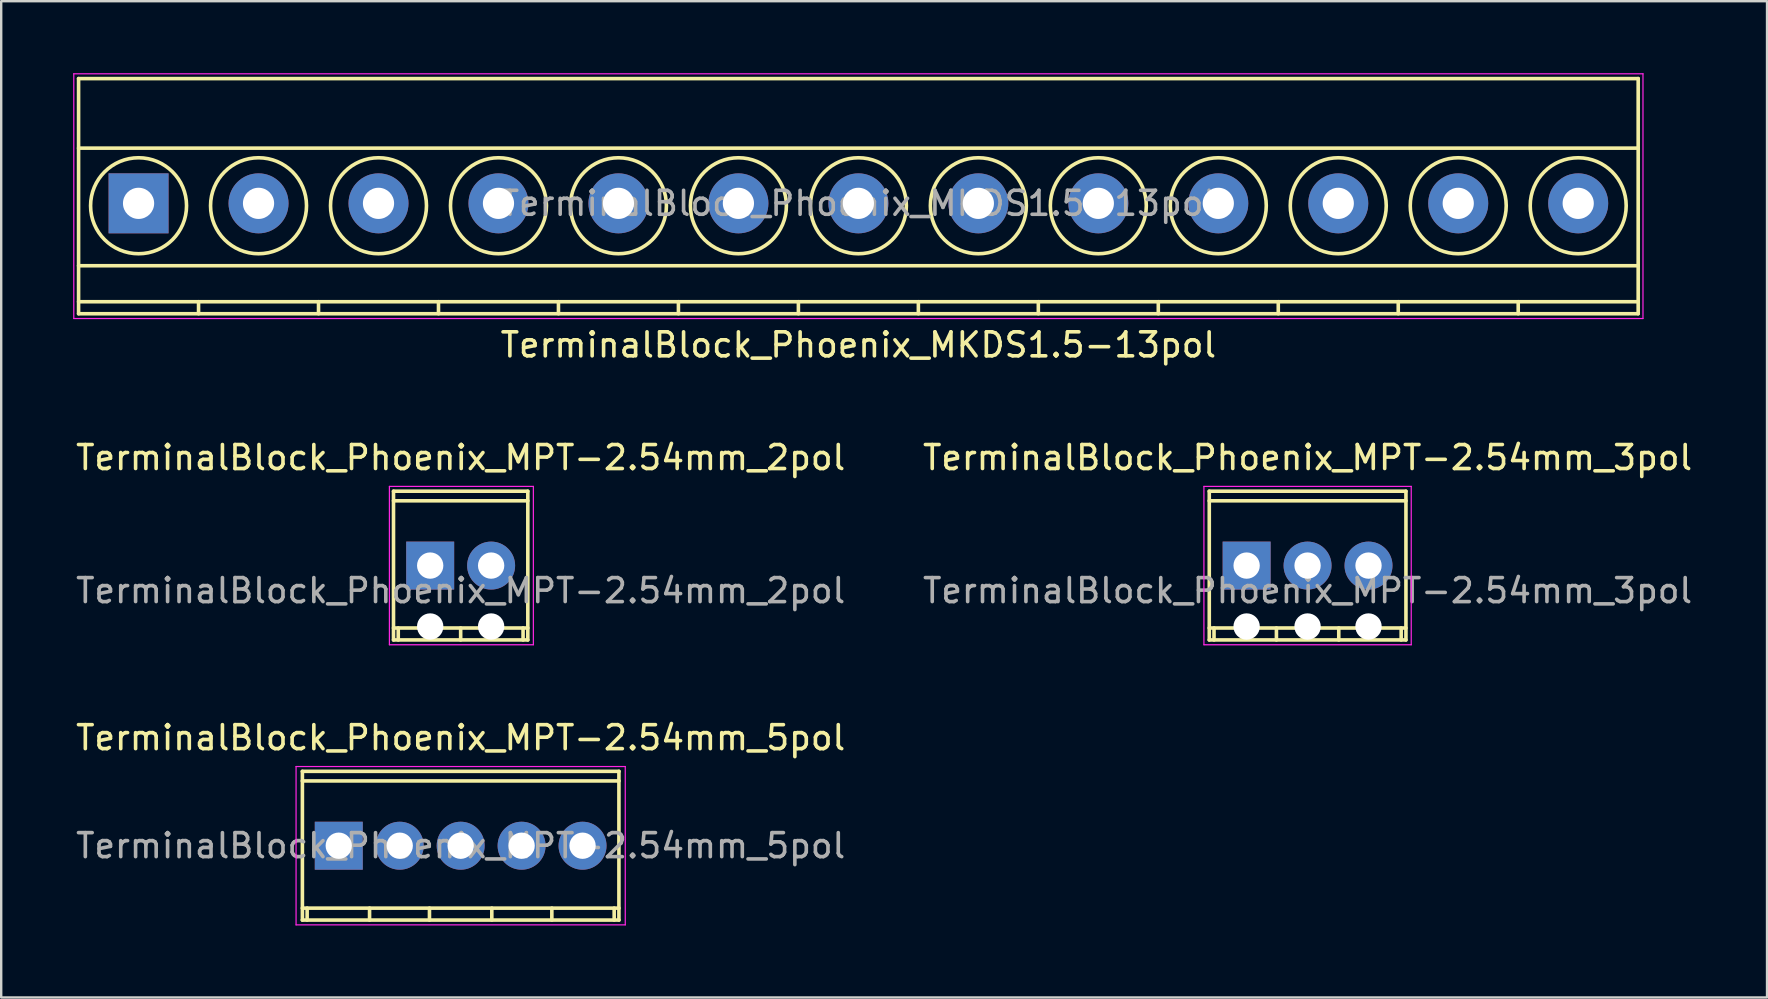
<source format=kicad_pcb>
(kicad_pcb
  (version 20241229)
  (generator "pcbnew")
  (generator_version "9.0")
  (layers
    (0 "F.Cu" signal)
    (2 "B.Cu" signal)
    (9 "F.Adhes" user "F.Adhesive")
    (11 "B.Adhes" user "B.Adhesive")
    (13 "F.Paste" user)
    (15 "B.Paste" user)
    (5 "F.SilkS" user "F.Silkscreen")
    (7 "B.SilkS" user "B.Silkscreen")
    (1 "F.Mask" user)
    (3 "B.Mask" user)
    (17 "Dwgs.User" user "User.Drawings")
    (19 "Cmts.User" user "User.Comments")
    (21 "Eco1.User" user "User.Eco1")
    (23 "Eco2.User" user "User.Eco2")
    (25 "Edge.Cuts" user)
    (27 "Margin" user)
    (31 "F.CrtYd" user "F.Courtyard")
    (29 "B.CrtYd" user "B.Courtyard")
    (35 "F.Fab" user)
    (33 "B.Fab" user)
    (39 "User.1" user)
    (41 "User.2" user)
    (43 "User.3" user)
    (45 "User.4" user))
  (footprint "TerminalBlock_Phoenix_MPT-2.54mm_5pol"
    (layer "F.Cu")
    (at 11.069 32.197)
    (property "Reference" "TerminalBlock_Phoenix_MPT-2.54mm_5pol" (at 5.08 -4.501 0) (layer "F.SilkS") (effects (font (size 1 1) (thickness 0.15))))
    (attr through_hole)
    (fp_line (start -1.519 -2.7) (end 11.679 -2.7) (stroke (width 0.15) (type solid)) (layer "F.SilkS"))
    (fp_line (start -1.519 2.601) (end 11.679 2.601) (stroke (width 0.15) (type solid)) (layer "F.SilkS"))
    (fp_line (start -1.516 -3.099) (end -1.516 3.099) (stroke (width 0.15) (type solid)) (layer "F.SilkS"))
    (fp_line (start -1.318 3.099) (end -1.318 2.601) (stroke (width 0.15) (type solid)) (layer "F.SilkS"))
    (fp_line (start 1.283 3.099) (end 1.283 2.601) (stroke (width 0.15) (type solid)) (layer "F.SilkS"))
    (fp_line (start 3.78 2.601) (end 3.78 3.099) (stroke (width 0.15) (type solid)) (layer "F.SilkS"))
    (fp_line (start 6.378 2.601) (end 6.378 3.099) (stroke (width 0.15) (type solid)) (layer "F.SilkS"))
    (fp_line (start 8.88 2.601) (end 8.88 3.099) (stroke (width 0.15) (type solid)) (layer "F.SilkS"))
    (fp_line (start 11.478 2.601) (end 11.478 3.099) (stroke (width 0.15) (type solid)) (layer "F.SilkS"))
    (fp_line (start 11.676 3.099) (end 11.676 -3.099) (stroke (width 0.15) (type solid)) (layer "F.SilkS"))
    (fp_line (start 11.679 -3.099) (end -1.519 -3.099) (stroke (width 0.15) (type solid)) (layer "F.SilkS"))
    (fp_line (start 11.679 3.099) (end -1.519 3.099) (stroke (width 0.15) (type solid)) (layer "F.SilkS"))
    (fp_line (start -1.78 -3.3) (end 11.94 -3.3) (stroke (width 0.05) (type solid)) (layer "F.CrtYd"))
    (fp_line (start -1.78 3.3) (end -1.78 -3.3) (stroke (width 0.05) (type solid)) (layer "F.CrtYd"))
    (fp_line (start 11.94 -3.3) (end 11.94 3.3) (stroke (width 0.05) (type solid)) (layer "F.CrtYd"))
    (fp_line (start 11.94 3.3) (end -1.78 3.3) (stroke (width 0.05) (type solid)) (layer "F.CrtYd"))
    (fp_text user "${REFERENCE}" (at 5.08 0 0) (layer "F.Fab") (effects (font (size 1 1) (thickness 0.15))))
    (pad "1" thru_hole rect (at 0 0 180) (size 1.999 1.999) (drill 1.097) (layers "*.Cu" "*.Mask"))
    (pad "2" thru_hole oval (at 2.54 0 180) (size 1.999 1.999) (drill 1.097) (layers "*.Cu" "*.Mask"))
    (pad "3" thru_hole oval (at 5.08 0 180) (size 1.999 1.999) (drill 1.097) (layers "*.Cu" "*.Mask"))
    (pad "4" thru_hole oval (at 7.62 0 180) (size 1.999 1.999) (drill 1.097) (layers "*.Cu" "*.Mask"))
    (pad "5" thru_hole oval (at 10.16 0 180) (size 1.999 1.999) (drill 1.097) (layers "*.Cu" "*.Mask")))
  (footprint "TerminalBlock_Phoenix_MPT-2.54mm_2pol"
    (layer "F.Cu")
    (at 14.879 20.522)
    (property "Reference" "TerminalBlock_Phoenix_MPT-2.54mm_2pol" (at 1.27 -4.501 0) (layer "F.SilkS") (effects (font (size 1 1) (thickness 0.15))))
    (attr through_hole)
    (fp_line (start -1.529 -3.099) (end -1.529 3.099) (stroke (width 0.15) (type solid)) (layer "F.SilkS"))
    (fp_line (start -1.529 -2.7) (end 4.069 -2.7) (stroke (width 0.15) (type solid)) (layer "F.SilkS"))
    (fp_line (start -1.529 3.099) (end 4.069 3.099) (stroke (width 0.15) (type solid)) (layer "F.SilkS"))
    (fp_line (start -1.331 3.099) (end -1.331 2.601) (stroke (width 0.15) (type solid)) (layer "F.SilkS"))
    (fp_line (start 1.27 3.099) (end 1.27 2.601) (stroke (width 0.15) (type solid)) (layer "F.SilkS"))
    (fp_line (start 3.871 2.601) (end 3.871 3.099) (stroke (width 0.15) (type solid)) (layer "F.SilkS"))
    (fp_line (start 4.069 -3.099) (end -1.529 -3.099) (stroke (width 0.15) (type solid)) (layer "F.SilkS"))
    (fp_line (start 4.069 2.601) (end -1.529 2.601) (stroke (width 0.15) (type solid)) (layer "F.SilkS"))
    (fp_line (start 4.069 3.099) (end 4.069 -3.099) (stroke (width 0.15) (type solid)) (layer "F.SilkS"))
    (fp_line (start -1.7 -3.3) (end 4.3 -3.3) (stroke (width 0.05) (type solid)) (layer "F.CrtYd"))
    (fp_line (start -1.7 3.3) (end -1.7 -3.3) (stroke (width 0.05) (type solid)) (layer "F.CrtYd"))
    (fp_line (start 4.3 -3.3) (end 4.3 3.3) (stroke (width 0.05) (type solid)) (layer "F.CrtYd"))
    (fp_line (start 4.3 3.3) (end -1.7 3.3) (stroke (width 0.05) (type solid)) (layer "F.CrtYd"))
    (fp_text user "${REFERENCE}" (at 1.27 1.045 0) (layer "F.Fab") (effects (font (size 1 1) (thickness 0.15))))
    (pad "" np_thru_hole circle (at 0 2.54) (size 1.1 1.1) (drill 1.1) (layers "*.Cu" "*.Mask"))
    (pad "" np_thru_hole circle (at 2.54 2.54) (size 1.1 1.1) (drill 1.1) (layers "*.Cu" "*.Mask"))
    (pad "1" thru_hole rect (at 0 0) (size 1.999 1.999) (drill 1.097) (layers "*.Cu" "*.Mask"))
    (pad "2" thru_hole oval (at 2.54 0) (size 1.999 1.999) (drill 1.097) (layers "*.Cu" "*.Mask")))
  (footprint "TerminalBlock_Phoenix_MKDS1.5-13pol"
    (layer "F.Cu")
    (at 2.725 5.425)
    (property "Reference" "TerminalBlock_Phoenix_MKDS1.5-13pol" (at 30 5.9 0) (layer "F.SilkS") (effects (font (size 1 1) (thickness 0.15))))
    (attr through_hole)
    (fp_line (start -2.5 -5.2) (end -2.5 4.6) (stroke (width 0.15) (type solid)) (layer "F.SilkS"))
    (fp_line (start -2.5 -2.3) (end 62.5 -2.3) (stroke (width 0.15) (type solid)) (layer "F.SilkS"))
    (fp_line (start -2.5 2.6) (end 62.5 2.6) (stroke (width 0.15) (type solid)) (layer "F.SilkS"))
    (fp_line (start -2.5 4.1) (end 62.5 4.1) (stroke (width 0.15) (type solid)) (layer "F.SilkS"))
    (fp_line (start -2.5 4.6) (end 62.5 4.6) (stroke (width 0.15) (type solid)) (layer "F.SilkS"))
    (fp_line (start 2.5 4.1) (end 2.5 4.6) (stroke (width 0.15) (type solid)) (layer "F.SilkS"))
    (fp_line (start 7.5 4.1) (end 7.5 4.6) (stroke (width 0.15) (type solid)) (layer "F.SilkS"))
    (fp_line (start 12.5 4.1) (end 12.5 4.6) (stroke (width 0.15) (type solid)) (layer "F.SilkS"))
    (fp_line (start 17.5 4.1) (end 17.5 4.6) (stroke (width 0.15) (type solid)) (layer "F.SilkS"))
    (fp_line (start 22.5 4.1) (end 22.5 4.6) (stroke (width 0.15) (type solid)) (layer "F.SilkS"))
    (fp_line (start 27.5 4.1) (end 27.5 4.6) (stroke (width 0.15) (type solid)) (layer "F.SilkS"))
    (fp_line (start 32.5 4.1) (end 32.5 4.6) (stroke (width 0.15) (type solid)) (layer "F.SilkS"))
    (fp_line (start 37.5 4.1) (end 37.5 4.6) (stroke (width 0.15) (type solid)) (layer "F.SilkS"))
    (fp_line (start 42.5 4.1) (end 42.5 4.6) (stroke (width 0.15) (type solid)) (layer "F.SilkS"))
    (fp_line (start 47.5 4.1) (end 47.5 4.6) (stroke (width 0.15) (type solid)) (layer "F.SilkS"))
    (fp_line (start 52.5 4.1) (end 52.5 4.6) (stroke (width 0.15) (type solid)) (layer "F.SilkS"))
    (fp_line (start 57.5 4.1) (end 57.5 4.6) (stroke (width 0.15) (type solid)) (layer "F.SilkS"))
    (fp_line (start 62.5 -5.2) (end -2.5 -5.2) (stroke (width 0.15) (type solid)) (layer "F.SilkS"))
    (fp_line (start 62.5 4.6) (end 62.5 -5.2) (stroke (width 0.15) (type solid)) (layer "F.SilkS"))
    (fp_circle (center 0 0.1) (end 2 0.1) (stroke (width 0.15) (type solid)) (fill no) (layer "F.SilkS"))
    (fp_circle (center 5 0.1) (end 3 0.1) (stroke (width 0.15) (type solid)) (fill no) (layer "F.SilkS"))
    (fp_circle (center 10 0.1) (end 8 0.1) (stroke (width 0.15) (type solid)) (fill no) (layer "F.SilkS"))
    (fp_circle (center 15 0.1) (end 13 0.1) (stroke (width 0.15) (type solid)) (fill no) (layer "F.SilkS"))
    (fp_circle (center 20 0.1) (end 18 0.1) (stroke (width 0.15) (type solid)) (fill no) (layer "F.SilkS"))
    (fp_circle (center 25 0.1) (end 23 0.1) (stroke (width 0.15) (type solid)) (fill no) (layer "F.SilkS"))
    (fp_circle (center 30 0.1) (end 28 0.1) (stroke (width 0.15) (type solid)) (fill no) (layer "F.SilkS"))
    (fp_circle (center 35 0.1) (end 33 0.1) (stroke (width 0.15) (type solid)) (fill no) (layer "F.SilkS"))
    (fp_circle (center 40 0.1) (end 38 0.1) (stroke (width 0.15) (type solid)) (fill no) (layer "F.SilkS"))
    (fp_circle (center 45 0.1) (end 43 0.1) (stroke (width 0.15) (type solid)) (fill no) (layer "F.SilkS"))
    (fp_circle (center 50 0.1) (end 48 0.1) (stroke (width 0.15) (type solid)) (fill no) (layer "F.SilkS"))
    (fp_circle (center 55 0.1) (end 53 0.1) (stroke (width 0.15) (type solid)) (fill no) (layer "F.SilkS"))
    (fp_circle (center 60 0.1) (end 58 0.1) (stroke (width 0.15) (type solid)) (fill no) (layer "F.SilkS"))
    (fp_line (start -2.7 -5.4) (end 62.7 -5.4) (stroke (width 0.05) (type solid)) (layer "F.CrtYd"))
    (fp_line (start -2.7 4.8) (end -2.7 -5.4) (stroke (width 0.05) (type solid)) (layer "F.CrtYd"))
    (fp_line (start 62.7 -5.4) (end 62.7 4.8) (stroke (width 0.05) (type solid)) (layer "F.CrtYd"))
    (fp_line (start 62.7 4.8) (end -2.7 4.8) (stroke (width 0.05) (type solid)) (layer "F.CrtYd"))
    (fp_text user "${REFERENCE}" (at 30 0 0) (layer "F.Fab") (effects (font (size 1 1) (thickness 0.15))))
    (pad "1" thru_hole rect (at 0 0) (size 2.5 2.5) (drill 1.3) (layers "*.Cu" "*.Mask"))
    (pad "2" thru_hole circle (at 5 0) (size 2.5 2.5) (drill 1.3) (layers "*.Cu" "*.Mask"))
    (pad "3" thru_hole circle (at 10 0) (size 2.5 2.5) (drill 1.3) (layers "*.Cu" "*.Mask"))
    (pad "4" thru_hole circle (at 15 0) (size 2.5 2.5) (drill 1.3) (layers "*.Cu" "*.Mask"))
    (pad "5" thru_hole circle (at 20 0) (size 2.5 2.5) (drill 1.3) (layers "*.Cu" "*.Mask"))
    (pad "6" thru_hole circle (at 25 0) (size 2.5 2.5) (drill 1.3) (layers "*.Cu" "*.Mask"))
    (pad "7" thru_hole circle (at 30 0) (size 2.5 2.5) (drill 1.3) (layers "*.Cu" "*.Mask"))
    (pad "8" thru_hole circle (at 35 0) (size 2.5 2.5) (drill 1.3) (layers "*.Cu" "*.Mask"))
    (pad "9" thru_hole circle (at 40 0) (size 2.5 2.5) (drill 1.3) (layers "*.Cu" "*.Mask"))
    (pad "10" thru_hole circle (at 45 0) (size 2.5 2.5) (drill 1.3) (layers "*.Cu" "*.Mask"))
    (pad "11" thru_hole circle (at 50 0) (size 2.5 2.5) (drill 1.3) (layers "*.Cu" "*.Mask"))
    (pad "12" thru_hole circle (at 55 0) (size 2.5 2.5) (drill 1.3) (layers "*.Cu" "*.Mask"))
    (pad "13" thru_hole circle (at 60 0) (size 2.5 2.5) (drill 1.3) (layers "*.Cu" "*.Mask")))
  (footprint "TerminalBlock_Phoenix_MPT-2.54mm_3pol"
    (layer "F.Cu")
    (at 48.906 20.522)
    (property "Reference" "TerminalBlock_Phoenix_MPT-2.54mm_3pol" (at 2.54 -4.501 0) (layer "F.SilkS") (effects (font (size 1 1) (thickness 0.15))))
    (attr through_hole)
    (fp_line (start -1.56 3.099) (end 6.64 3.099) (stroke (width 0.15) (type solid)) (layer "F.SilkS"))
    (fp_line (start -1.557 -3.099) (end -1.557 3.099) (stroke (width 0.15) (type solid)) (layer "F.SilkS"))
    (fp_line (start -1.359 3.099) (end -1.359 2.601) (stroke (width 0.15) (type solid)) (layer "F.SilkS"))
    (fp_line (start 1.242 3.099) (end 1.242 2.601) (stroke (width 0.15) (type solid)) (layer "F.SilkS"))
    (fp_line (start 3.84 2.601) (end 3.84 3.099) (stroke (width 0.15) (type solid)) (layer "F.SilkS"))
    (fp_line (start 6.441 2.601) (end 6.441 3.099) (stroke (width 0.15) (type solid)) (layer "F.SilkS"))
    (fp_line (start 6.64 -3.099) (end -1.56 -3.099) (stroke (width 0.15) (type solid)) (layer "F.SilkS"))
    (fp_line (start 6.64 -2.7) (end -1.56 -2.7) (stroke (width 0.15) (type solid)) (layer "F.SilkS"))
    (fp_line (start 6.64 2.601) (end -1.56 2.601) (stroke (width 0.15) (type solid)) (layer "F.SilkS"))
    (fp_line (start 6.64 3.099) (end 6.64 -3.099) (stroke (width 0.15) (type solid)) (layer "F.SilkS"))
    (fp_line (start -1.78 -3.3) (end -1.78 3.3) (stroke (width 0.05) (type solid)) (layer "F.CrtYd"))
    (fp_line (start -1.78 3.3) (end 6.86 3.3) (stroke (width 0.05) (type solid)) (layer "F.CrtYd"))
    (fp_line (start 6.86 -3.3) (end -1.78 -3.3) (stroke (width 0.05) (type solid)) (layer "F.CrtYd"))
    (fp_line (start 6.86 3.3) (end 6.86 -3.3) (stroke (width 0.05) (type solid)) (layer "F.CrtYd"))
    (fp_text user "${REFERENCE}" (at 2.54 1.045 0) (layer "F.Fab") (effects (font (size 1 1) (thickness 0.15))))
    (pad "" np_thru_hole circle (at 0 2.54) (size 1.1 1.1) (drill 1.1) (layers "*.Cu" "*.Mask"))
    (pad "" np_thru_hole circle (at 2.54 2.54) (size 1.1 1.1) (drill 1.1) (layers "*.Cu" "*.Mask"))
    (pad "" np_thru_hole circle (at 5.08 2.54) (size 1.1 1.1) (drill 1.1) (layers "*.Cu" "*.Mask"))
    (pad "1" thru_hole rect (at 0 0) (size 1.999 1.999) (drill 1.097) (layers "*.Cu" "*.Mask"))
    (pad "2" thru_hole oval (at 2.54 0) (size 1.999 1.999) (drill 1.097) (layers "*.Cu" "*.Mask"))
    (pad "3" thru_hole oval (at 5.08 0) (size 1.999 1.999) (drill 1.097) (layers "*.Cu" "*.Mask")))
  (gr_rect
    (start -3 -3)
    (end 70.595 38.522)
    (stroke (width 0.1) (type default))
    (fill no)
    (layer "Edge.Cuts")))
</source>
